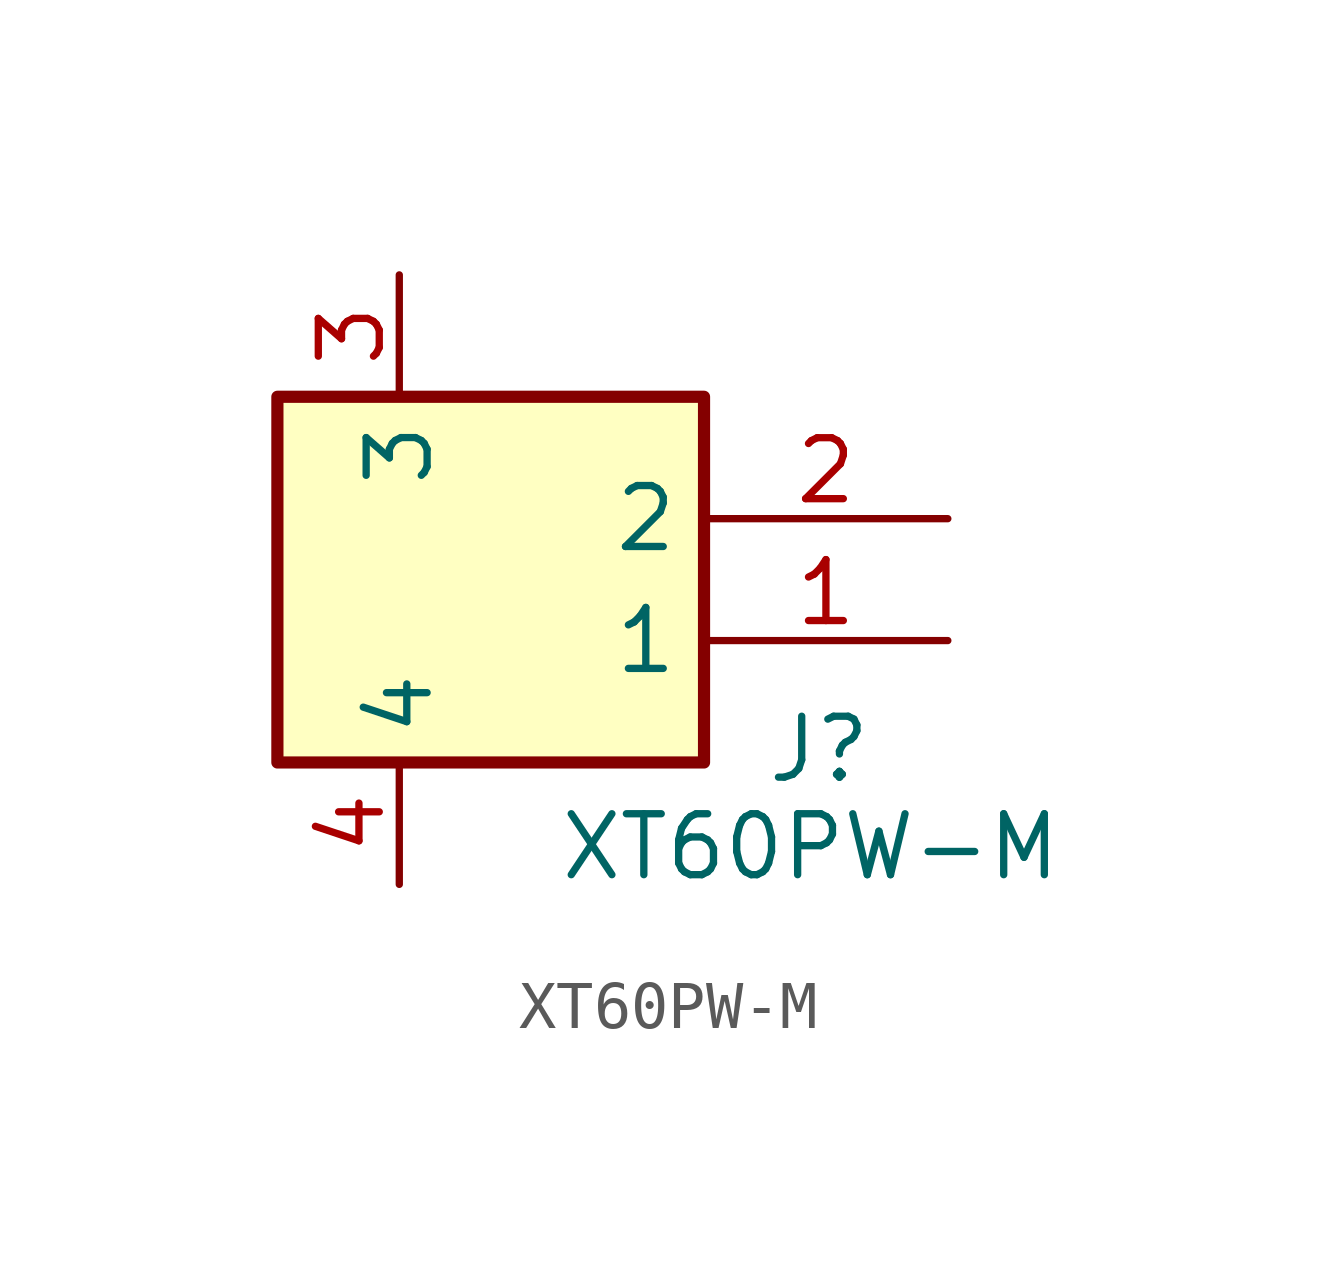
<source format=kicad_sym>
(kicad_symbol_lib
  (version 20231120)
  (generator "kicad_symbol_editor")
  (generator_version "8.0")
  (symbol "XT60PW-M"
    (property "Reference" "J"
      (at 5.08 -2.794 0)
      (effects (font (size 1.27 1.27)) (justify left top)))
    (property "Value" "XT60PW-M"
      (at 0.762 -4.826 0)
      (effects (font (size 1.27 1.27)) (justify left top)))
    (symbol "XT60PW-M_1_1"
      (rectangle (start -5.08 3.81) (end 3.81 -3.81) (stroke (width 0.254) (type default)) (fill (type background)))
      (pin passive line (at 8.89 -1.27 180) (length 5.08) (name "1" (effects (font (size 1.27 1.27)))) (number "1" (effects (font (size 1.27 1.27)))))
      (pin passive line (at 8.89 1.27 180) (length 5.08) (name "2" (effects (font (size 1.27 1.27)))) (number "2" (effects (font (size 1.27 1.27)))))
      (pin passive line (at -2.54 6.35 270) (length 2.54) (name "3" (effects (font (size 1.27 1.27)))) (number "3" (effects (font (size 1.27 1.27)))))
      (pin passive line (at -2.54 -6.35 90) (length 2.54) (name "4" (effects (font (size 1.27 1.27)))) (number "4" (effects (font (size 1.27 1.27))))))))
</source>
